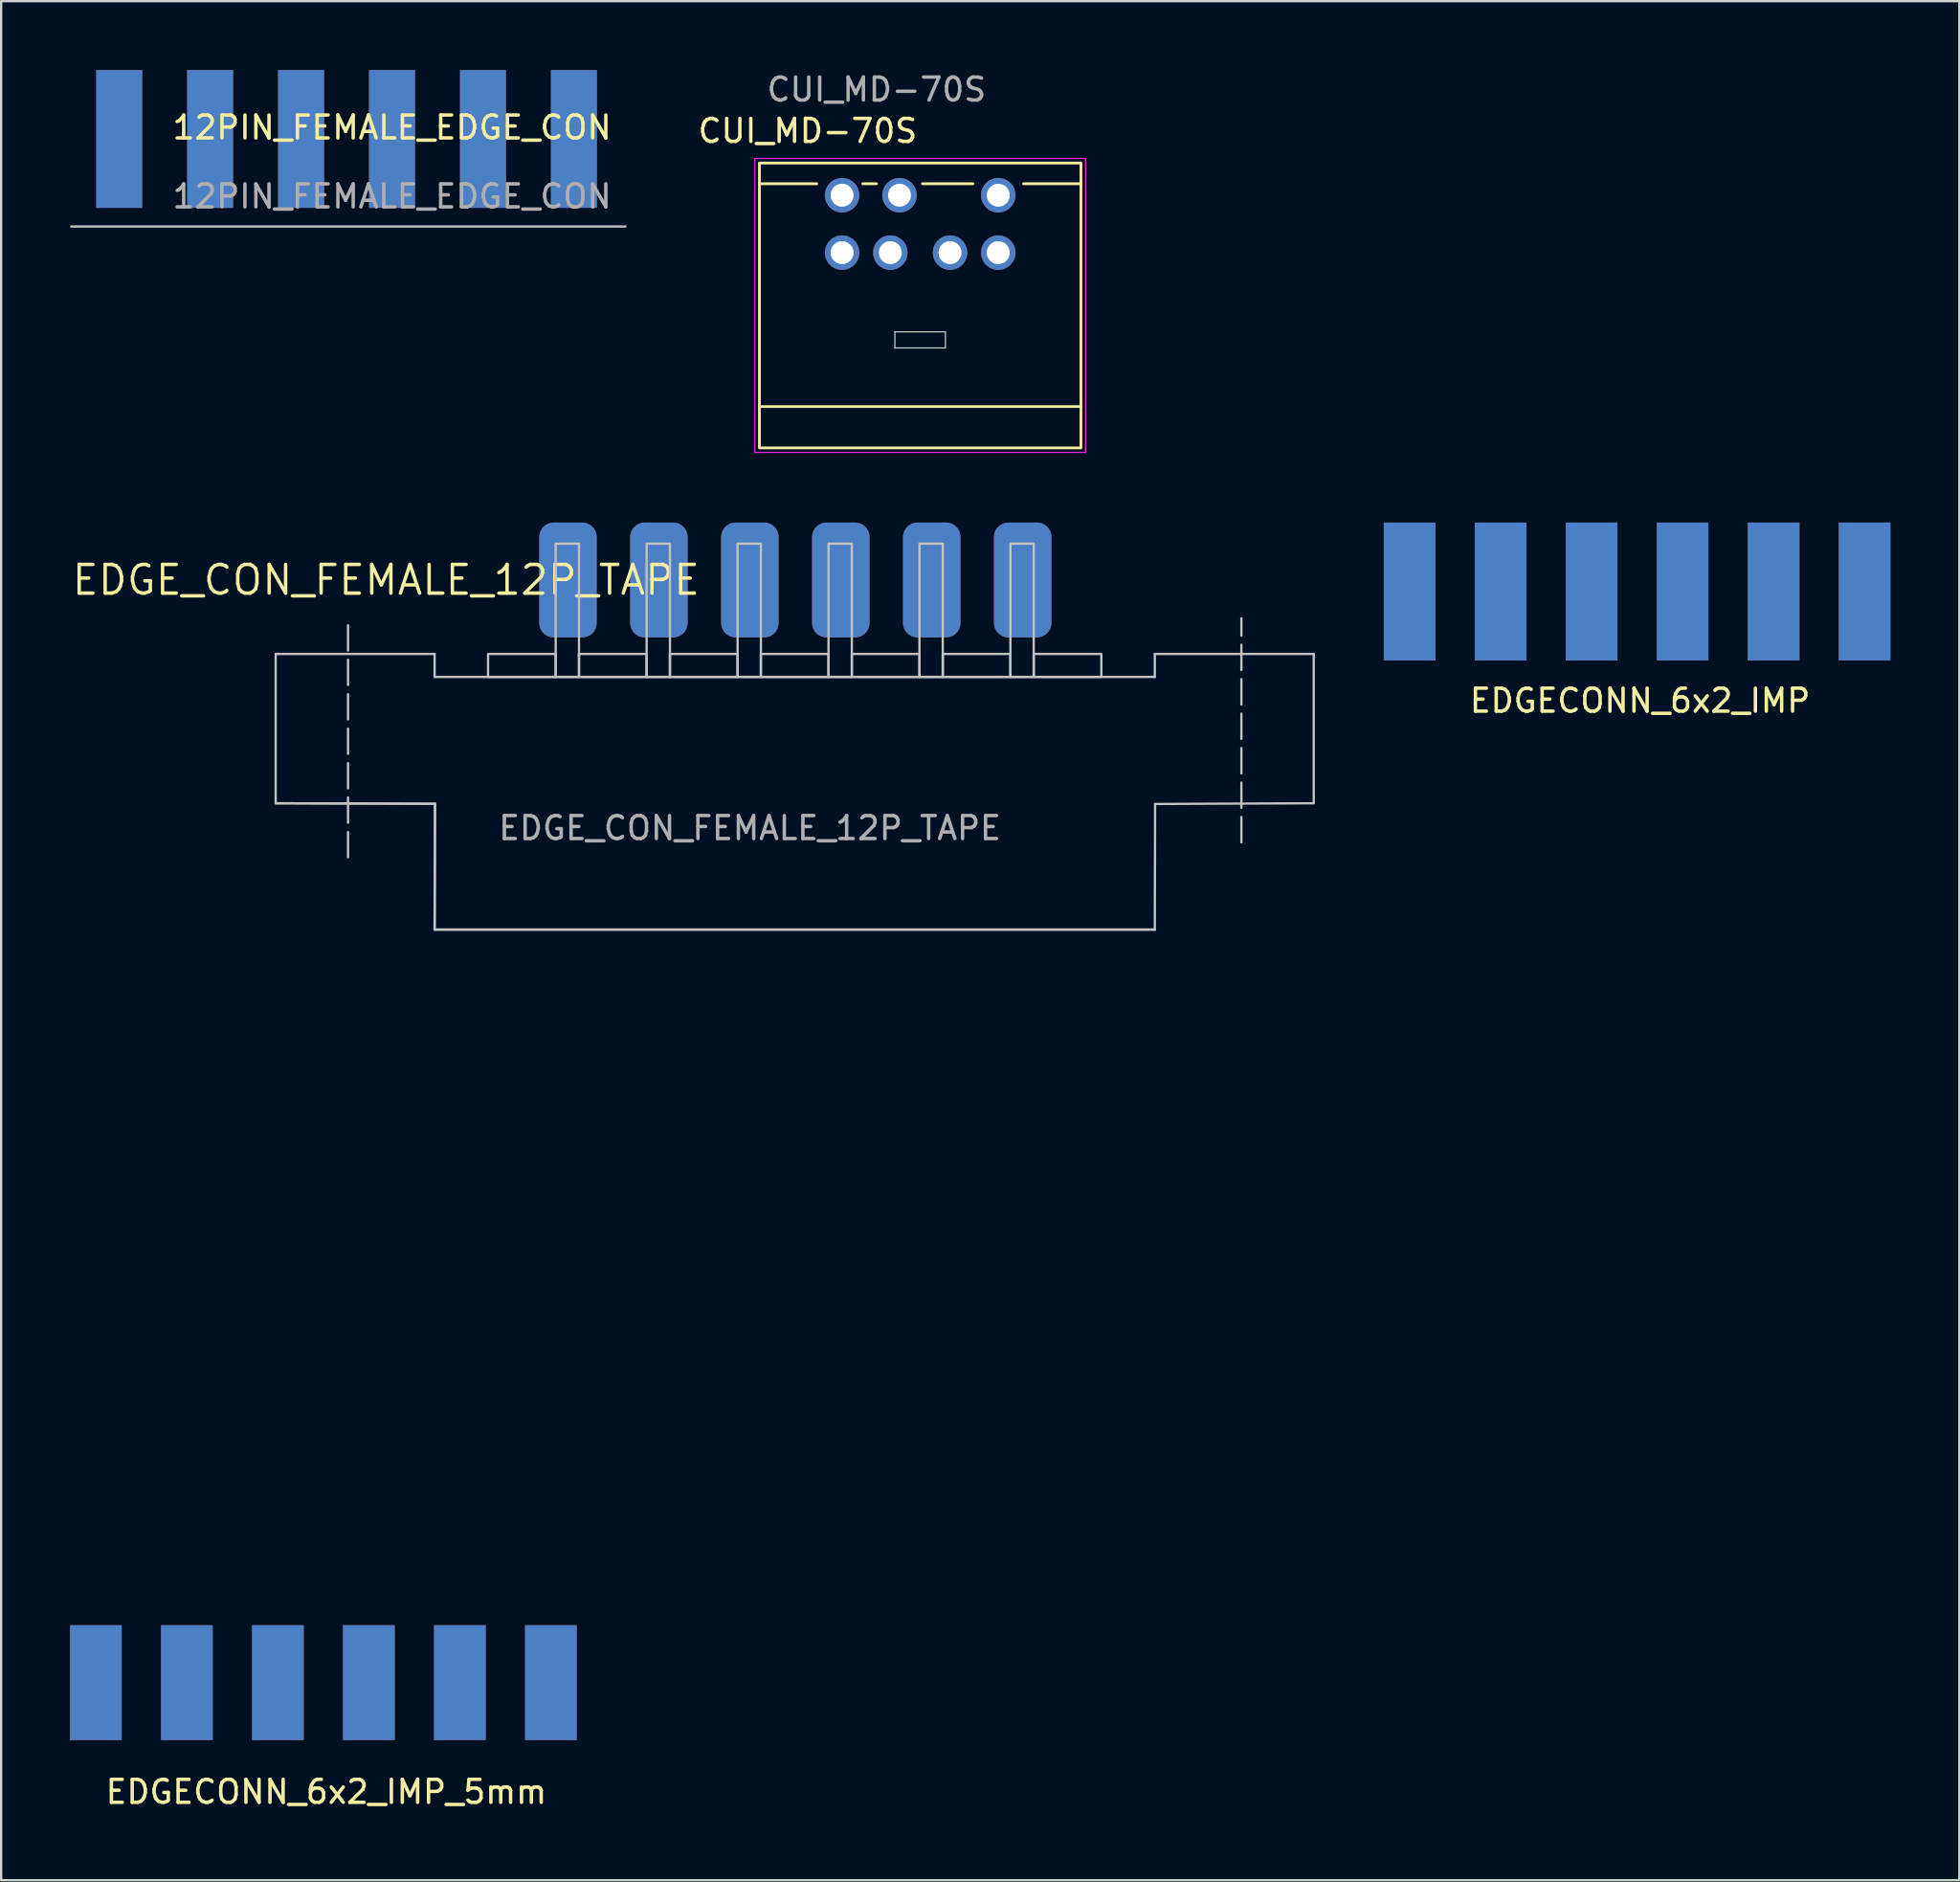
<source format=kicad_pcb>
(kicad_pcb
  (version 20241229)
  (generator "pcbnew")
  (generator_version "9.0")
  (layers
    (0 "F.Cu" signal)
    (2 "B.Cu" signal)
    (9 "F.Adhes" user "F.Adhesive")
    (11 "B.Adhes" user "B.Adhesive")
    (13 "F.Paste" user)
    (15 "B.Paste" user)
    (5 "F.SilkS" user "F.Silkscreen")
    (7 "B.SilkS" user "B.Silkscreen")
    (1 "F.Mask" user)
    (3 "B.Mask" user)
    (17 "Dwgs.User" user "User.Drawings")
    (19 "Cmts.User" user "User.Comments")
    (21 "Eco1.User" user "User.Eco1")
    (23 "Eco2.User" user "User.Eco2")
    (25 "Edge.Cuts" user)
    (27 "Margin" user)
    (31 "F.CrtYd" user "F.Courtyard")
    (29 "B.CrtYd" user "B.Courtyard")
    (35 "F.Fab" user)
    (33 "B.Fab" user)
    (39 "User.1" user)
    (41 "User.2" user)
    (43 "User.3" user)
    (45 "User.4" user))
  (footprint "EDGE_CON_FEMALE_12P_TAPE"
    (layer "F.Cu")
    (at 21.681 64.448)
    (property "Reference" "EDGE_CON_FEMALE_12P_TAPE" (at -7.92 -42.25 0) (unlocked yes) (layer "F.SilkS") (effects (font (size 1.25 1.25) (thickness 0.15))))
    (attr smd)
    (fp_line (start -12.727 -39.031) (end -5.807 -39.031) (stroke (width 0.1) (type default)) (layer "Dwgs.User"))
    (fp_line (start -12.727 -32.531) (end -12.727 -39.031) (stroke (width 0.1) (type default)) (layer "Dwgs.User"))
    (fp_line (start -12.727 -32.531) (end -5.789 -32.507) (stroke (width 0.1) (type default)) (layer "Dwgs.User"))
    (fp_line (start -9.577 -30.181) (end -9.577 -40.581) (stroke (width 0.1) (type dash)) (layer "Dwgs.User"))
    (fp_line (start -5.807 -39.031) (end -5.807 -38.031) (stroke (width 0.1) (type default)) (layer "Dwgs.User"))
    (fp_line (start -5.807 -38.031) (end 25.553 -38.031) (stroke (width 0.1) (type default)) (layer "Dwgs.User"))
    (fp_line (start -5.807 -27.031) (end -5.789 -32.507) (stroke (width 0.1) (type default)) (layer "Dwgs.User"))
    (fp_line (start -5.807 -27.031) (end 25.553 -27.031) (stroke (width 0.1) (type default)) (layer "Dwgs.User"))
    (fp_line (start -5.789 -32.507) (end -12.727 -32.531) (stroke (width 0.1) (type default)) (layer "Dwgs.User"))
    (fp_line (start -5.789 -32.507) (end -5.807 -27.031) (stroke (width 0.1) (type default)) (layer "Dwgs.User"))
    (fp_line (start 25.553 -39.031) (end 32.473 -39.031) (stroke (width 0.1) (type default)) (layer "Dwgs.User"))
    (fp_line (start 25.553 -38.031) (end 25.553 -39.031) (stroke (width 0.1) (type default)) (layer "Dwgs.User"))
    (fp_line (start 25.553 -27.031) (end -5.807 -27.031) (stroke (width 0.1) (type default)) (layer "Dwgs.User"))
    (fp_line (start 25.566 -32.499) (end 25.553 -27.031) (stroke (width 0.1) (type default)) (layer "Dwgs.User"))
    (fp_line (start 29.323 -30.831) (end 29.323 -40.581) (stroke (width 0.1) (type dash)) (layer "Dwgs.User"))
    (fp_line (start 32.473 -39.031) (end 32.473 -32.531) (stroke (width 0.1) (type default)) (layer "Dwgs.User"))
    (fp_line (start 32.473 -32.531) (end 25.566 -32.499) (stroke (width 0.1) (type default)) (layer "Dwgs.User"))
    (fp_rect (start -3.48 -38.031) (end -0.535 -39.031) (stroke (width 0.1) (type default)) (fill no) (layer "Dwgs.User"))
    (fp_rect (start -0.535 -38.031) (end 0.48 -43.831) (stroke (width 0.1) (type solid)) (fill no) (layer "Dwgs.User"))
    (fp_rect (start 0.48 -38.031) (end 3.425 -39.031) (stroke (width 0.1) (type default)) (fill no) (layer "Dwgs.User"))
    (fp_rect (start 3.425 -38.031) (end 4.44 -43.831) (stroke (width 0.1) (type solid)) (fill no) (layer "Dwgs.User"))
    (fp_rect (start 4.44 -38.031) (end 7.385 -39.031) (stroke (width 0.1) (type default)) (fill no) (layer "Dwgs.User"))
    (fp_rect (start 7.385 -38.031) (end 8.4 -43.831) (stroke (width 0.1) (type solid)) (fill no) (layer "Dwgs.User"))
    (fp_rect (start 8.4 -38.031) (end 11.345 -39.031) (stroke (width 0.1) (type default)) (fill no) (layer "Dwgs.User"))
    (fp_rect (start 11.345 -38.031) (end 12.36 -43.831) (stroke (width 0.1) (type solid)) (fill no) (layer "Dwgs.User"))
    (fp_rect (start 12.36 -38.031) (end 15.305 -39.031) (stroke (width 0.1) (type default)) (fill no) (layer "Dwgs.User"))
    (fp_rect (start 15.305 -38.031) (end 16.32 -43.831) (stroke (width 0.1) (type solid)) (fill no) (layer "Dwgs.User"))
    (fp_rect (start 16.32 -38.031) (end 19.265 -39.031) (stroke (width 0.1) (type default)) (fill no) (layer "Dwgs.User"))
    (fp_rect (start 19.265 -38.031) (end 20.28 -43.831) (stroke (width 0.1) (type solid)) (fill no) (layer "Dwgs.User"))
    (fp_rect (start 20.28 -38.031) (end 23.225 -39.031) (stroke (width 0.1) (type default)) (fill no) (layer "Dwgs.User"))
    (fp_text user "${REFERENCE}" (at 7.92 -31.45 0) (unlocked yes) (layer "F.Fab") (effects (font (size 1 1) (thickness 0.15))))
    (pad "1" smd roundrect (at 19.8 -42.25) (size 2.5 5) (layers "F.Cu" "F.Mask") (roundrect_rratio 0.25))
    (pad "2" smd roundrect (at 15.84 -42.25) (size 2.5 5) (layers "F.Cu" "F.Mask") (roundrect_rratio 0.25))
    (pad "3" smd roundrect (at 11.88 -42.25) (size 2.5 5) (layers "F.Cu" "F.Mask") (roundrect_rratio 0.25))
    (pad "4" smd roundrect (at 7.92 -42.25) (size 2.5 5) (layers "F.Cu" "F.Mask") (roundrect_rratio 0.25))
    (pad "5" smd roundrect (at 3.96 -42.25) (size 2.5 5) (layers "F.Cu" "F.Mask") (roundrect_rratio 0.25))
    (pad "6" smd roundrect (at 0 -42.25) (size 2.5 5) (layers "F.Cu" "F.Mask") (roundrect_rratio 0.25))
    (pad "A" smd roundrect (at 19.8 -42.25) (size 2.5 5) (layers "B.Cu" "B.Mask") (roundrect_rratio 0.25))
    (pad "B" smd roundrect (at 15.84 -42.25) (size 2.5 5) (layers "B.Cu" "B.Mask") (roundrect_rratio 0.25))
    (pad "C" smd roundrect (at 11.88 -42.25) (size 2.5 5) (layers "B.Cu" "B.Mask") (roundrect_rratio 0.25))
    (pad "D" smd roundrect (at 7.92 -42.25) (size 2.5 5) (layers "B.Cu" "B.Mask") (roundrect_rratio 0.25))
    (pad "E" smd roundrect (at 3.96 -42.25) (size 2.5 5) (layers "B.Cu" "B.Mask") (roundrect_rratio 0.25))
    (pad "F" smd roundrect (at 0 -42.25) (size 2.5 5) (layers "B.Cu" "B.Mask") (roundrect_rratio 0.25)))
  (footprint "EDGECONN_6x2_IMP"
    (placed yes)
    (layer "F.Cu")
    (at 68.361 22.952)
    (property "Reference" "EDGECONN_6x2_IMP" (at 0 4.5 0) (layer "F.SilkS") (effects (font (size 1 1) (thickness 0.15))))
    (attr through_hole)
    (pad "1" smd rect (at -10.033 -0.254) (size 2.25 6) (layers "F.Cu" "F.Mask" "F.Paste"))
    (pad "2" smd rect (at -6.071 -0.254) (size 2.25 6) (layers "F.Cu" "F.Mask" "F.Paste"))
    (pad "3" smd rect (at -2.108 -0.254) (size 2.25 6) (layers "F.Cu" "F.Mask" "F.Paste"))
    (pad "4" smd rect (at 1.854 -0.254) (size 2.25 6) (layers "F.Cu" "F.Mask" "F.Paste"))
    (pad "5" smd rect (at 5.817 -0.254) (size 2.25 6) (layers "F.Cu" "F.Mask" "F.Paste"))
    (pad "6" smd rect (at 9.779 -0.254) (size 2.25 6) (layers "F.Cu" "F.Mask" "F.Paste"))
    (pad "A" smd rect (at -10.033 -0.254) (size 2.25 6) (layers "B.Cu" "B.Mask" "B.Paste"))
    (pad "B" smd rect (at -6.071 -0.254) (size 2.25 6) (layers "B.Cu" "B.Mask" "B.Paste"))
    (pad "C" smd rect (at -2.108 -0.254) (size 2.25 6) (layers "B.Cu" "B.Mask" "B.Paste"))
    (pad "D" smd rect (at 1.854 -0.254) (size 2.25 6) (layers "B.Cu" "B.Mask" "B.Paste"))
    (pad "E" smd rect (at 5.817 -0.254) (size 2.25 6) (layers "B.Cu" "B.Mask" "B.Paste"))
    (pad "F" smd rect (at 9.779 -0.254) (size 2.25 6) (layers "B.Cu" "B.Mask" "B.Paste")))
  (footprint "CUI_MD-70S"
    (layer "F.Cu")
    (at 37.017 16.448)
    (property "Reference" "CUI_MD-70S" (at -4.9 -13.8 0) (unlocked yes) (layer "F.SilkS") (effects (font (size 1 1) (thickness 0.15))))
    (attr through_hole)
    (fp_line (start -7 -1.8) (end 7 -1.8) (stroke (width 0.12) (type default)) (layer "F.SilkS"))
    (fp_line (start -4.5 -11.5) (end -7 -11.5) (stroke (width 0.12) (type default)) (layer "F.SilkS"))
    (fp_line (start -1.9 -11.5) (end -2.5 -11.5) (stroke (width 0.12) (type default)) (layer "F.SilkS"))
    (fp_line (start 2.3 -11.5) (end 0.1 -11.5) (stroke (width 0.12) (type default)) (layer "F.SilkS"))
    (fp_line (start 7 -11.5) (end 4.5 -11.5) (stroke (width 0.12) (type default)) (layer "F.SilkS"))
    (fp_rect (start -7 -12.4) (end 7 0) (stroke (width 0.12) (type default)) (fill no) (layer "F.SilkS"))
    (fp_line (start -1.1 -5.052) (end 1.1 -5.052) (stroke (width 0.05) (type default)) (layer "Edge.Cuts"))
    (fp_line (start -1.1 -4.352) (end -1.1 -5.052) (stroke (width 0.05) (type default)) (layer "Edge.Cuts"))
    (fp_line (start -1.1 -4.352) (end 1.1 -4.352) (stroke (width 0.05) (type default)) (layer "Edge.Cuts"))
    (fp_line (start 1.1 -4.352) (end 1.1 -5.052) (stroke (width 0.05) (type default)) (layer "Edge.Cuts"))
    (fp_rect (start -7.2 -12.6) (end 7.2 0.2) (stroke (width 0.05) (type default)) (fill no) (layer "F.CrtYd"))
    (fp_text user "${REFERENCE}" (at -1.9 -15.6 0) (unlocked yes) (layer "F.Fab") (effects (font (size 1 1) (thickness 0.15))))
    (pad "1" thru_hole circle (at 1.3 -8.5) (size 1.5 1.5) (drill 1) (layers "*.Cu" "*.Mask"))
    (pad "2" thru_hole circle (at -1.3 -8.5) (size 1.5 1.5) (drill 1) (layers "*.Cu" "*.Mask"))
    (pad "3" thru_hole circle (at 3.4 -8.5) (size 1.5 1.5) (drill 1) (layers "*.Cu" "*.Mask"))
    (pad "4" thru_hole circle (at -3.4 -8.5) (size 1.5 1.5) (drill 1) (layers "*.Cu" "*.Mask"))
    (pad "5" thru_hole circle (at 3.4 -11) (size 1.5 1.5) (drill 1) (layers "*.Cu" "*.Mask"))
    (pad "6" thru_hole circle (at -0.9 -11) (size 1.5 1.5) (drill 1) (layers "*.Cu" "*.Mask"))
    (pad "7" thru_hole circle (at -3.4 -11) (size 1.5 1.5) (drill 1) (layers "*.Cu" "*.Mask")))
  (footprint "12PIN_FEMALE_EDGE_CON"
    (layer "F.Cu")
    (at 14.02 3)
    (property "Reference" "12PIN_FEMALE_EDGE_CON" (at 0 -0.5 0) (unlocked yes) (layer "F.SilkS") (effects (font (size 1 1) (thickness 0.15))))
    (attr through_hole)
    (fp_line (start -13.97 3.81) (end 10.16 3.81) (stroke (width 0.1) (type default)) (layer "Dwgs.User"))
    (fp_text user "${REFERENCE}" (at 0 2.5 0) (unlocked yes) (layer "F.Fab") (effects (font (size 1 1) (thickness 0.15))))
    (pad "1" connect rect (at 7.92 0) (size 2 6) (layers "F.Cu" "F.Mask"))
    (pad "2" connect rect (at 3.96 0) (size 2 6) (layers "F.Cu" "F.Mask"))
    (pad "3" connect rect (at 0 0) (size 2 6) (layers "F.Cu" "F.Mask"))
    (pad "4" connect rect (at -3.96 0) (size 2 6) (layers "F.Cu" "F.Mask"))
    (pad "5" connect rect (at -7.92 0) (size 2 6) (layers "F.Cu" "F.Mask"))
    (pad "6" connect rect (at -11.88 0) (size 2 6) (layers "F.Cu" "F.Mask"))
    (pad "A" connect rect (at 7.92 0) (size 2 6) (layers "B.Cu" "B.Mask"))
    (pad "B" connect rect (at 3.96 0) (size 2 6) (layers "B.Cu" "B.Mask"))
    (pad "C" connect rect (at 0 0) (size 2 6) (layers "B.Cu" "B.Mask"))
    (pad "D" connect rect (at -3.96 0) (size 2 6) (layers "B.Cu" "B.Mask"))
    (pad "E" connect rect (at -7.92 0) (size 2 6) (layers "B.Cu" "B.Mask"))
    (pad "F" connect rect (at -11.88 0) (size 2 6) (layers "B.Cu" "B.Mask")))
  (footprint "EDGECONN_6x2_IMP_5mm"
    (placed yes)
    (layer "F.Cu")
    (at 11.158 70.452)
    (property "Reference" "EDGECONN_6x2_IMP_5mm" (at 0 4.5 0) (layer "F.SilkS") (effects (font (size 1 1) (thickness 0.15))))
    (attr through_hole)
    (pad "1" connect rect (at -10.033 -0.254) (size 2.25 5) (layers "F.Cu" "F.Mask"))
    (pad "2" connect rect (at -6.071 -0.254) (size 2.25 5) (layers "F.Cu" "F.Mask"))
    (pad "3" connect rect (at -2.108 -0.254) (size 2.25 5) (layers "F.Cu" "F.Mask"))
    (pad "4" connect rect (at 1.854 -0.254) (size 2.25 5) (layers "F.Cu" "F.Mask"))
    (pad "5" connect rect (at 5.817 -0.254) (size 2.25 5) (layers "F.Cu" "F.Mask"))
    (pad "6" connect rect (at 9.779 -0.254) (size 2.25 5) (layers "F.Cu" "F.Mask"))
    (pad "A" connect rect (at -10.033 -0.254) (size 2.25 5) (layers "B.Cu" "B.Mask"))
    (pad "B" connect rect (at -6.071 -0.254) (size 2.25 5) (layers "B.Cu" "B.Mask"))
    (pad "C" connect rect (at -2.108 -0.254) (size 2.25 5) (layers "B.Cu" "B.Mask"))
    (pad "D" connect rect (at 1.854 -0.254) (size 2.25 5) (layers "B.Cu" "B.Mask"))
    (pad "E" connect rect (at 5.817 -0.254) (size 2.25 5) (layers "B.Cu" "B.Mask"))
    (pad "F" connect rect (at 9.779 -0.254) (size 2.25 5) (layers "B.Cu" "B.Mask")))
  (gr_rect
    (start -3 -3)
    (end 82.265 78.8)
    (stroke (width 0.1) (type default))
    (fill no)
    (layer "Edge.Cuts")))
</source>
